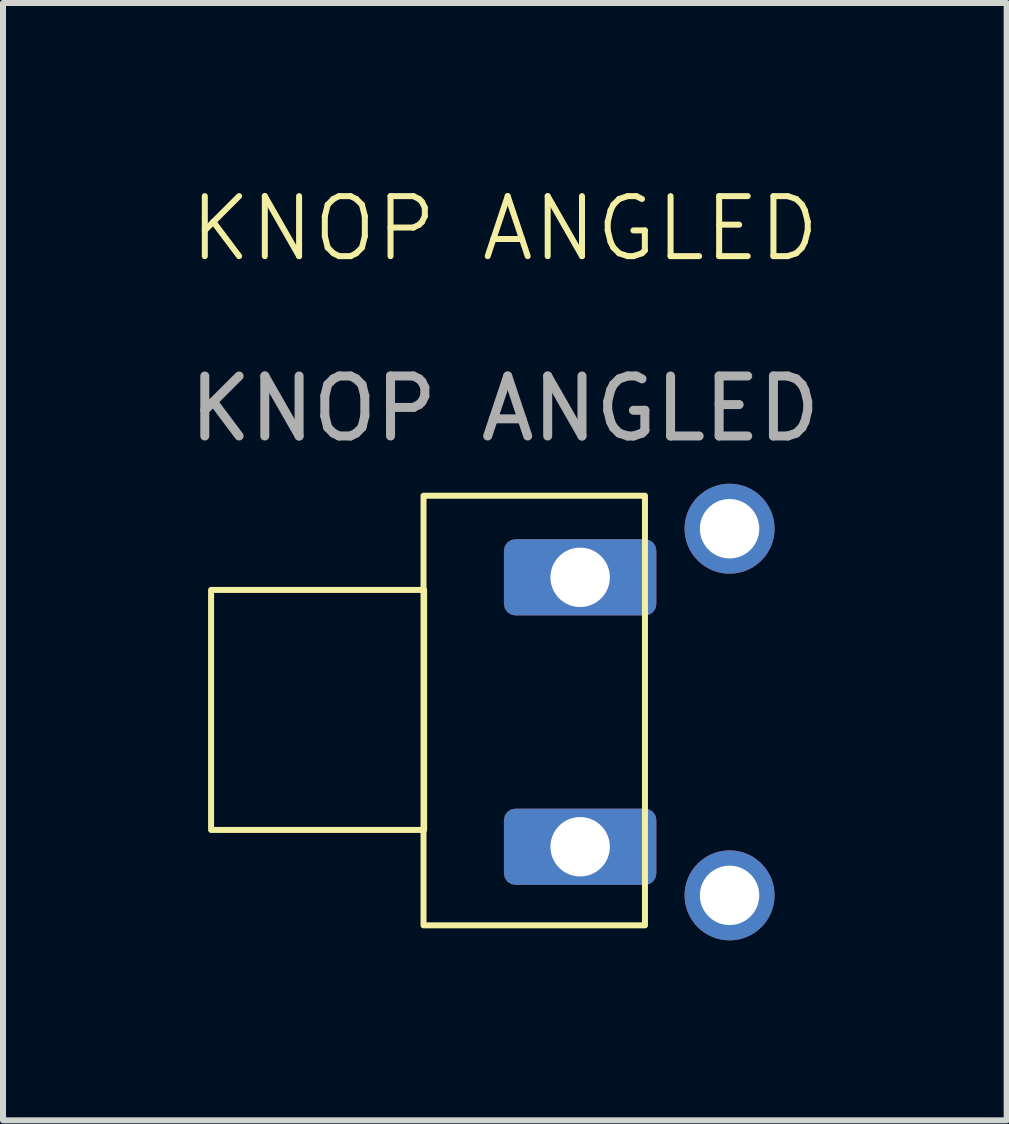
<source format=kicad_pcb>
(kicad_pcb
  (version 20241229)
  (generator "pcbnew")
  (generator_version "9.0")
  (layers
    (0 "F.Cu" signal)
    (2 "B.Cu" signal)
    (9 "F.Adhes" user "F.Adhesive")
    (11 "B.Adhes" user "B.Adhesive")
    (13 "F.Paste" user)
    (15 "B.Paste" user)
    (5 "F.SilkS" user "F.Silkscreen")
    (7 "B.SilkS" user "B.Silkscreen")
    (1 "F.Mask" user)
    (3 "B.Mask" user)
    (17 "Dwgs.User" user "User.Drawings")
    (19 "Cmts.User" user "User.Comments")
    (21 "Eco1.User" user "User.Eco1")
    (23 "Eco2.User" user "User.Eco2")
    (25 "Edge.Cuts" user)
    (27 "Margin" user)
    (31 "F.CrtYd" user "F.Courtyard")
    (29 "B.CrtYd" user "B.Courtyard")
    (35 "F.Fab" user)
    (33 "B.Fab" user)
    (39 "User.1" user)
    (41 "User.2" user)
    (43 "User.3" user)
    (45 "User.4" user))
  (footprint "KNOP ANGLED"
    (layer "F.Cu")
    (at 7.698 5.261)
    (property "Reference" "KNOP ANGLED" (at -2.335 -4.5 0) (unlocked yes) (layer "F.SilkS") (effects (font (size 1 1) (thickness 0.1))))
    (attr through_hole)
    (fp_rect (start -7.23 1.52) (end -3.68 5.52) (stroke (width 0.1) (type solid)) (fill no) (layer "F.SilkS"))
    (fp_rect (start -3.69 -0.05) (end 0 7.11) (stroke (width 0.1) (type solid)) (fill no) (layer "F.SilkS"))
    (fp_text user "${REFERENCE}" (at -2.335 -1.5 0) (unlocked yes) (layer "F.Fab") (effects (font (size 1 1) (thickness 0.15))))
    (pad "1" thru_hole roundrect (at -1.08 1.31) (size 2.54 1.27) (drill 0.99) (layers "*.Cu" "*.Mask") (roundrect_rratio 0.15))
    (pad "2" thru_hole roundrect (at -1.08 5.8) (size 2.54 1.27) (drill 0.99) (layers "*.Cu" "*.Mask") (roundrect_rratio 0.15))
    (pad "3" thru_hole circle (at 1.41 0.5) (size 1.5 1.5) (drill 0.99) (layers "*.Cu" "*.Mask"))
    (pad "4" thru_hole circle (at 1.41 6.61) (size 1.5 1.5) (drill 0.99) (layers "*.Cu" "*.Mask")))
  (gr_rect
    (start -3 -3)
    (end 13.726 15.62)
    (stroke (width 0.1) (type default))
    (fill no)
    (layer "Edge.Cuts")))
</source>
